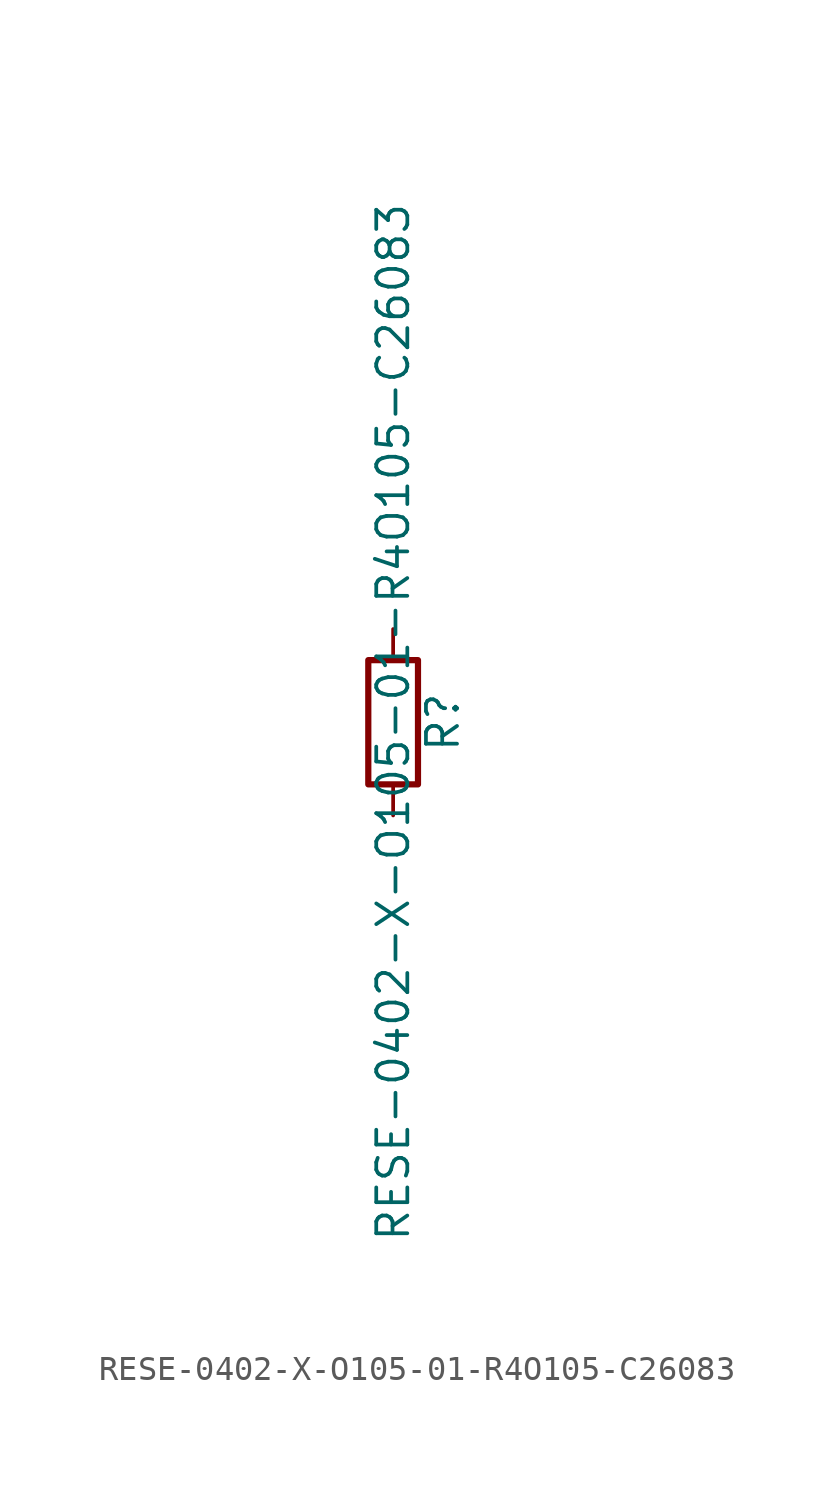
<source format=kicad_sym>
(kicad_symbol_lib
  (version 20211014)
  (generator kicad_symbol_editor)
  (symbol "RESE-0402-X-O105-01-R4O105-C26083"
    (pin_numbers hide)
    (pin_names
      (offset 0))
    (property "Reference" "R"
      (at 2.032 0 90)
      (effects (font (size 1.27 1.27))))
    (property "Value" "RESE-0402-X-O105-01-R4O105-C26083"
      (at 0 0 90)
      (effects (font (size 1.27 1.27))))
    (symbol "RESE-0402-X-O105-01-R4O105-C26083_0_1"
      (rectangle (start -1.016 -2.54) (end 1.016 2.54) (stroke (width 0.254) (type default) (color 0 0 0 0)) (fill (type none))))
    (symbol "RESE-0402-X-O105-01-R4O105-C26083_1_1"
      (pin passive line (at 0 3.81 270) (length 1.27) (name "~" (effects (font (size 1.27 1.27)))) (number "1" (effects (font (size 1.27 1.27)))))
      (pin passive line (at 0 -3.81 90) (length 1.27) (name "~" (effects (font (size 1.27 1.27)))) (number "2" (effects (font (size 1.27 1.27))))))))
</source>
